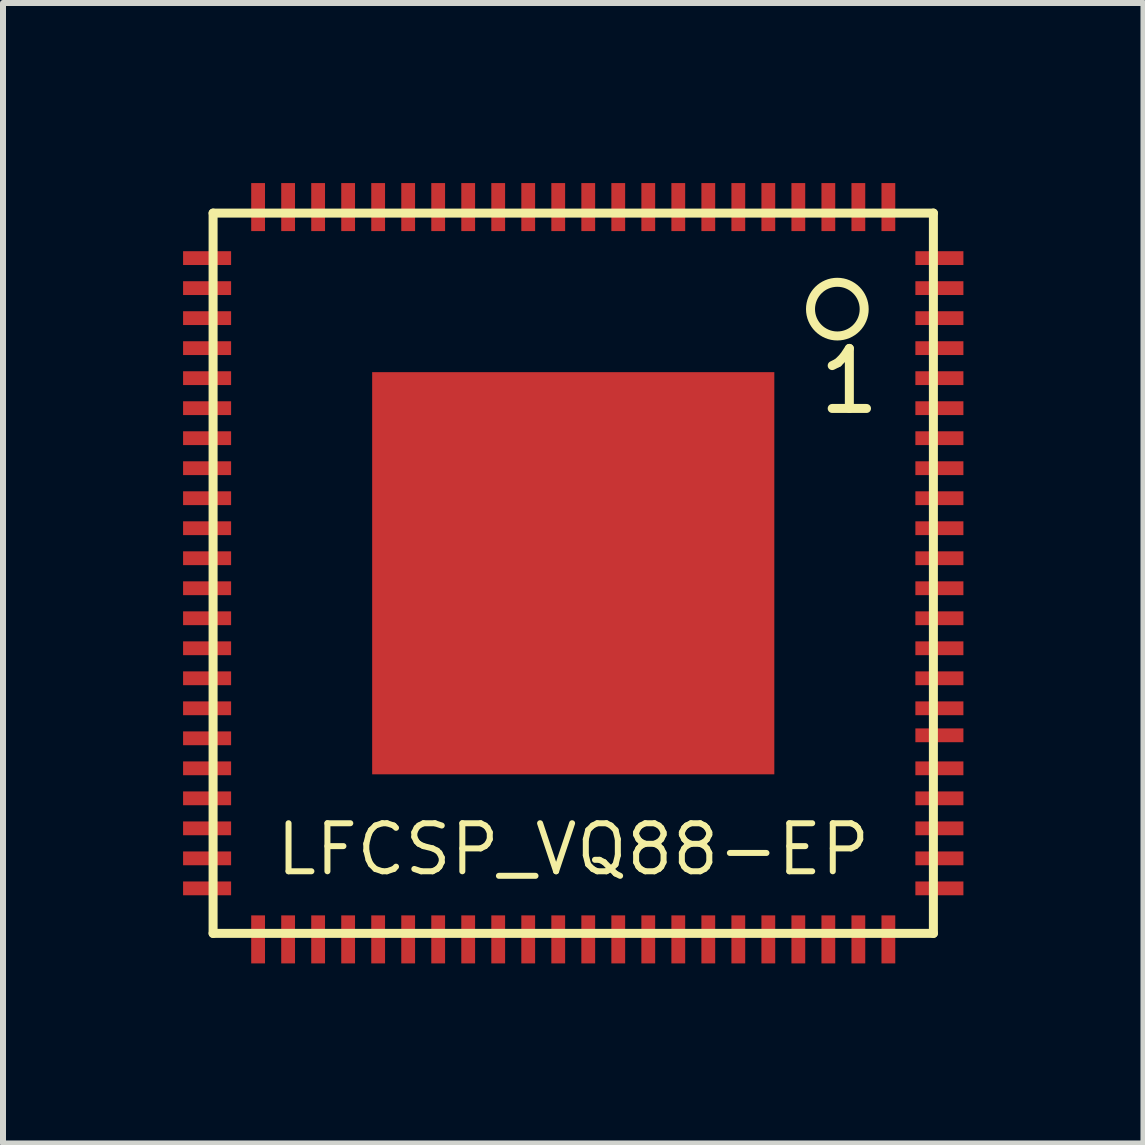
<source format=kicad_pcb>
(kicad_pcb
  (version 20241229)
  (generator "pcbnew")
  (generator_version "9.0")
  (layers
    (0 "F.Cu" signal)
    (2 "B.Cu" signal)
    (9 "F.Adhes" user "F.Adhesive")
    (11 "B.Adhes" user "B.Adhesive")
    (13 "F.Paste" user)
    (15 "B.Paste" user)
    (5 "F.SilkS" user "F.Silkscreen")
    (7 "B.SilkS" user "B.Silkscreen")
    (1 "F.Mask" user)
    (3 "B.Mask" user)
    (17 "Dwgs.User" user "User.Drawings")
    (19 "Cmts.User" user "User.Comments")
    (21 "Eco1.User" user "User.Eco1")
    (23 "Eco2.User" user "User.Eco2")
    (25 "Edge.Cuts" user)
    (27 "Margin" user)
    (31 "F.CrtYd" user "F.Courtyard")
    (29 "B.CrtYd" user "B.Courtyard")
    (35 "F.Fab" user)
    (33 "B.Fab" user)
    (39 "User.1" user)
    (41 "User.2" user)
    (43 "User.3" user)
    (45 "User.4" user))
  (footprint "LFCSP_VQ88-EP"
    (layer "F.Cu")
    (at 6.5 6.5)
    (property "Reference" "LFCSP_VQ88-EP" (at 0 4.6 0) (layer "F.SilkS") (effects (font (size 0.8 0.8) (thickness 0.1))))
    (attr through_hole)
    (fp_line (start -6 -6) (end -6 6) (stroke (width 0.15) (type solid)) (layer "F.SilkS"))
    (fp_line (start -6 6) (end 6 6) (stroke (width 0.15) (type solid)) (layer "F.SilkS"))
    (fp_line (start 6 -6) (end -6 -6) (stroke (width 0.15) (type solid)) (layer "F.SilkS"))
    (fp_line (start 6 6) (end 6 -6) (stroke (width 0.15) (type solid)) (layer "F.SilkS"))
    (fp_circle (center 4.4 -4.4) (end 4.8 -4.6) (stroke (width 0.15) (type solid)) (fill no) (layer "F.SilkS"))
    (fp_text user "1" (at 4.6 -3.2 0) (layer "F.SilkS") (effects (font (size 1 1) (thickness 0.15))))
    (pad "1" smd rect (at 5.25 -6.1 90) (size 0.8 0.23) (layers "F.Cu" "F.Mask" "F.Paste"))
    (pad "2" smd rect (at 4.75 -6.1 90) (size 0.8 0.23) (layers "F.Cu" "F.Mask" "F.Paste"))
    (pad "3" smd rect (at 4.25 -6.1 90) (size 0.8 0.23) (layers "F.Cu" "F.Mask" "F.Paste"))
    (pad "4" smd rect (at 3.75 -6.1 90) (size 0.8 0.23) (layers "F.Cu" "F.Mask" "F.Paste"))
    (pad "5" smd rect (at 3.25 -6.1 90) (size 0.8 0.23) (layers "F.Cu" "F.Mask" "F.Paste"))
    (pad "6" smd rect (at 2.75 -6.1 90) (size 0.8 0.23) (layers "F.Cu" "F.Mask" "F.Paste"))
    (pad "7" smd rect (at 2.25 -6.1 90) (size 0.8 0.23) (layers "F.Cu" "F.Mask" "F.Paste"))
    (pad "8" smd rect (at 1.75 -6.1 90) (size 0.8 0.23) (layers "F.Cu" "F.Mask" "F.Paste"))
    (pad "9" smd rect (at 1.25 -6.1 90) (size 0.8 0.23) (layers "F.Cu" "F.Mask" "F.Paste"))
    (pad "10" smd rect (at 0.75 -6.1 90) (size 0.8 0.23) (layers "F.Cu" "F.Mask" "F.Paste"))
    (pad "11" smd rect (at 0.25 -6.1 90) (size 0.8 0.23) (layers "F.Cu" "F.Mask" "F.Paste"))
    (pad "12" smd rect (at -0.25 -6.1 90) (size 0.8 0.23) (layers "F.Cu" "F.Mask" "F.Paste"))
    (pad "13" smd rect (at -0.75 -6.1 90) (size 0.8 0.23) (layers "F.Cu" "F.Mask" "F.Paste"))
    (pad "14" smd rect (at -1.25 -6.1 90) (size 0.8 0.23) (layers "F.Cu" "F.Mask" "F.Paste"))
    (pad "15" smd rect (at -1.75 -6.1 90) (size 0.8 0.23) (layers "F.Cu" "F.Mask" "F.Paste"))
    (pad "16" smd rect (at -2.25 -6.1 90) (size 0.8 0.23) (layers "F.Cu" "F.Mask" "F.Paste"))
    (pad "17" smd rect (at -2.75 -6.1 90) (size 0.8 0.23) (layers "F.Cu" "F.Mask" "F.Paste"))
    (pad "18" smd rect (at -3.25 -6.1 90) (size 0.8 0.23) (layers "F.Cu" "F.Mask" "F.Paste"))
    (pad "19" smd rect (at -3.75 -6.1 90) (size 0.8 0.23) (layers "F.Cu" "F.Mask" "F.Paste"))
    (pad "20" smd rect (at -4.25 -6.1 90) (size 0.8 0.23) (layers "F.Cu" "F.Mask" "F.Paste"))
    (pad "21" smd rect (at -4.75 -6.1 90) (size 0.8 0.23) (layers "F.Cu" "F.Mask" "F.Paste"))
    (pad "22" smd rect (at -5.25 -6.1 90) (size 0.8 0.23) (layers "F.Cu" "F.Mask" "F.Paste"))
    (pad "23" smd rect (at -6.1 -5.25) (size 0.8 0.23) (layers "F.Cu" "F.Mask" "F.Paste"))
    (pad "24" smd rect (at -6.1 -4.75) (size 0.8 0.23) (layers "F.Cu" "F.Mask" "F.Paste"))
    (pad "25" smd rect (at -6.1 -4.25) (size 0.8 0.23) (layers "F.Cu" "F.Mask" "F.Paste"))
    (pad "26" smd rect (at -6.1 -3.75) (size 0.8 0.23) (layers "F.Cu" "F.Mask" "F.Paste"))
    (pad "27" smd rect (at -6.1 -3.25) (size 0.8 0.23) (layers "F.Cu" "F.Mask" "F.Paste"))
    (pad "28" smd rect (at -6.1 -2.75) (size 0.8 0.23) (layers "F.Cu" "F.Mask" "F.Paste"))
    (pad "29" smd rect (at -6.1 -2.25) (size 0.8 0.23) (layers "F.Cu" "F.Mask" "F.Paste"))
    (pad "30" smd rect (at -6.1 -1.75) (size 0.8 0.23) (layers "F.Cu" "F.Mask" "F.Paste"))
    (pad "31" smd rect (at -6.1 -1.25) (size 0.8 0.23) (layers "F.Cu" "F.Mask" "F.Paste"))
    (pad "32" smd rect (at -6.1 -0.75) (size 0.8 0.23) (layers "F.Cu" "F.Mask" "F.Paste"))
    (pad "33" smd rect (at -6.1 -0.25) (size 0.8 0.23) (layers "F.Cu" "F.Mask" "F.Paste"))
    (pad "34" smd rect (at -6.1 0.25) (size 0.8 0.23) (layers "F.Cu" "F.Mask" "F.Paste"))
    (pad "35" smd rect (at -6.1 0.75) (size 0.8 0.23) (layers "F.Cu" "F.Mask" "F.Paste"))
    (pad "36" smd rect (at -6.1 1.25) (size 0.8 0.23) (layers "F.Cu" "F.Mask" "F.Paste"))
    (pad "37" smd rect (at -6.1 1.75) (size 0.8 0.23) (layers "F.Cu" "F.Mask" "F.Paste"))
    (pad "38" smd rect (at -6.1 2.25) (size 0.8 0.23) (layers "F.Cu" "F.Mask" "F.Paste"))
    (pad "39" smd rect (at -6.1 2.75) (size 0.8 0.23) (layers "F.Cu" "F.Mask" "F.Paste"))
    (pad "40" smd rect (at -6.1 3.25) (size 0.8 0.23) (layers "F.Cu" "F.Mask" "F.Paste"))
    (pad "41" smd rect (at -6.1 3.75) (size 0.8 0.23) (layers "F.Cu" "F.Mask" "F.Paste"))
    (pad "42" smd rect (at -6.1 4.25) (size 0.8 0.23) (layers "F.Cu" "F.Mask" "F.Paste"))
    (pad "43" smd rect (at -6.1 4.75) (size 0.8 0.23) (layers "F.Cu" "F.Mask" "F.Paste"))
    (pad "44" smd rect (at -6.1 5.25) (size 0.8 0.23) (layers "F.Cu" "F.Mask" "F.Paste"))
    (pad "45" smd rect (at -5.25 6.1 90) (size 0.8 0.23) (layers "F.Cu" "F.Mask" "F.Paste"))
    (pad "46" smd rect (at -4.75 6.1 90) (size 0.8 0.23) (layers "F.Cu" "F.Mask" "F.Paste"))
    (pad "47" smd rect (at -4.25 6.1 90) (size 0.8 0.23) (layers "F.Cu" "F.Mask" "F.Paste"))
    (pad "48" smd rect (at -3.75 6.1 90) (size 0.8 0.23) (layers "F.Cu" "F.Mask" "F.Paste"))
    (pad "49" smd rect (at -3.25 6.1 90) (size 0.8 0.23) (layers "F.Cu" "F.Mask" "F.Paste"))
    (pad "50" smd rect (at -2.75 6.1 90) (size 0.8 0.23) (layers "F.Cu" "F.Mask" "F.Paste"))
    (pad "51" smd rect (at -2.25 6.1 90) (size 0.8 0.23) (layers "F.Cu" "F.Mask" "F.Paste"))
    (pad "52" smd rect (at -1.75 6.1 90) (size 0.8 0.23) (layers "F.Cu" "F.Mask" "F.Paste"))
    (pad "53" smd rect (at -1.25 6.1 90) (size 0.8 0.23) (layers "F.Cu" "F.Mask" "F.Paste"))
    (pad "54" smd rect (at -0.75 6.1 90) (size 0.8 0.23) (layers "F.Cu" "F.Mask" "F.Paste"))
    (pad "55" smd rect (at -0.25 6.1 90) (size 0.8 0.23) (layers "F.Cu" "F.Mask" "F.Paste"))
    (pad "56" smd rect (at 0.25 6.1 90) (size 0.8 0.23) (layers "F.Cu" "F.Mask" "F.Paste"))
    (pad "57" smd rect (at 0.75 6.1 90) (size 0.8 0.23) (layers "F.Cu" "F.Mask" "F.Paste"))
    (pad "58" smd rect (at 1.25 6.1 90) (size 0.8 0.23) (layers "F.Cu" "F.Mask" "F.Paste"))
    (pad "59" smd rect (at 1.75 6.1 90) (size 0.8 0.23) (layers "F.Cu" "F.Mask" "F.Paste"))
    (pad "60" smd rect (at 2.25 6.1 90) (size 0.8 0.23) (layers "F.Cu" "F.Mask" "F.Paste"))
    (pad "61" smd rect (at 2.75 6.1 90) (size 0.8 0.23) (layers "F.Cu" "F.Mask" "F.Paste"))
    (pad "62" smd rect (at 3.25 6.1 90) (size 0.8 0.23) (layers "F.Cu" "F.Mask" "F.Paste"))
    (pad "63" smd rect (at 3.75 6.1 90) (size 0.8 0.23) (layers "F.Cu" "F.Mask" "F.Paste"))
    (pad "64" smd rect (at 4.25 6.1 90) (size 0.8 0.23) (layers "F.Cu" "F.Mask" "F.Paste"))
    (pad "65" smd rect (at 4.75 6.1 90) (size 0.8 0.23) (layers "F.Cu" "F.Mask" "F.Paste"))
    (pad "66" smd rect (at 5.25 6.1 90) (size 0.8 0.23) (layers "F.Cu" "F.Mask" "F.Paste"))
    (pad "67" smd rect (at 6.1 5.25) (size 0.8 0.23) (layers "F.Cu" "F.Mask" "F.Paste"))
    (pad "68" smd rect (at 6.1 4.75) (size 0.8 0.23) (layers "F.Cu" "F.Mask" "F.Paste"))
    (pad "69" smd rect (at 6.1 4.25) (size 0.8 0.23) (layers "F.Cu" "F.Mask" "F.Paste"))
    (pad "70" smd rect (at 6.1 3.75) (size 0.8 0.23) (layers "F.Cu" "F.Mask" "F.Paste"))
    (pad "71" smd rect (at 6.1 3.25) (size 0.8 0.23) (layers "F.Cu" "F.Mask" "F.Paste"))
    (pad "72" smd rect (at 6.1 2.7) (size 0.8 0.23) (layers "F.Cu" "F.Mask" "F.Paste"))
    (pad "73" smd rect (at 6.1 2.25) (size 0.8 0.23) (layers "F.Cu" "F.Mask" "F.Paste"))
    (pad "74" smd rect (at 6.1 1.75) (size 0.8 0.23) (layers "F.Cu" "F.Mask" "F.Paste"))
    (pad "75" smd rect (at 6.1 1.25) (size 0.8 0.23) (layers "F.Cu" "F.Mask" "F.Paste"))
    (pad "76" smd rect (at 6.1 0.75) (size 0.8 0.23) (layers "F.Cu" "F.Mask" "F.Paste"))
    (pad "77" smd rect (at 6.1 0.25) (size 0.8 0.23) (layers "F.Cu" "F.Mask" "F.Paste"))
    (pad "78" smd rect (at 6.1 -0.25) (size 0.8 0.23) (layers "F.Cu" "F.Mask" "F.Paste"))
    (pad "79" smd rect (at 6.1 -0.75) (size 0.8 0.23) (layers "F.Cu" "F.Mask" "F.Paste"))
    (pad "80" smd rect (at 6.1 -1.25) (size 0.8 0.23) (layers "F.Cu" "F.Mask" "F.Paste"))
    (pad "81" smd rect (at 6.1 -1.75) (size 0.8 0.23) (layers "F.Cu" "F.Mask" "F.Paste"))
    (pad "82" smd rect (at 6.1 -2.25) (size 0.8 0.23) (layers "F.Cu" "F.Mask" "F.Paste"))
    (pad "83" smd rect (at 6.1 -2.75) (size 0.8 0.23) (layers "F.Cu" "F.Mask" "F.Paste"))
    (pad "84" smd rect (at 6.1 -3.25) (size 0.8 0.23) (layers "F.Cu" "F.Mask" "F.Paste"))
    (pad "85" smd rect (at 6.1 -3.75) (size 0.8 0.23) (layers "F.Cu" "F.Mask" "F.Paste"))
    (pad "86" smd rect (at 6.1 -4.25) (size 0.8 0.23) (layers "F.Cu" "F.Mask" "F.Paste"))
    (pad "87" smd rect (at 6.1 -4.75) (size 0.8 0.23) (layers "F.Cu" "F.Mask" "F.Paste"))
    (pad "88" smd rect (at 6.1 -5.25) (size 0.8 0.23) (layers "F.Cu" "F.Mask" "F.Paste"))
    (pad "EP" smd rect (at 0 0) (size 6.7 6.7) (layers "F.Cu" "F.Mask" "F.Paste")))
  (gr_rect
    (start -3 -3)
    (end 16 16)
    (stroke (width 0.1) (type default))
    (fill no)
    (layer "Edge.Cuts")))
</source>
